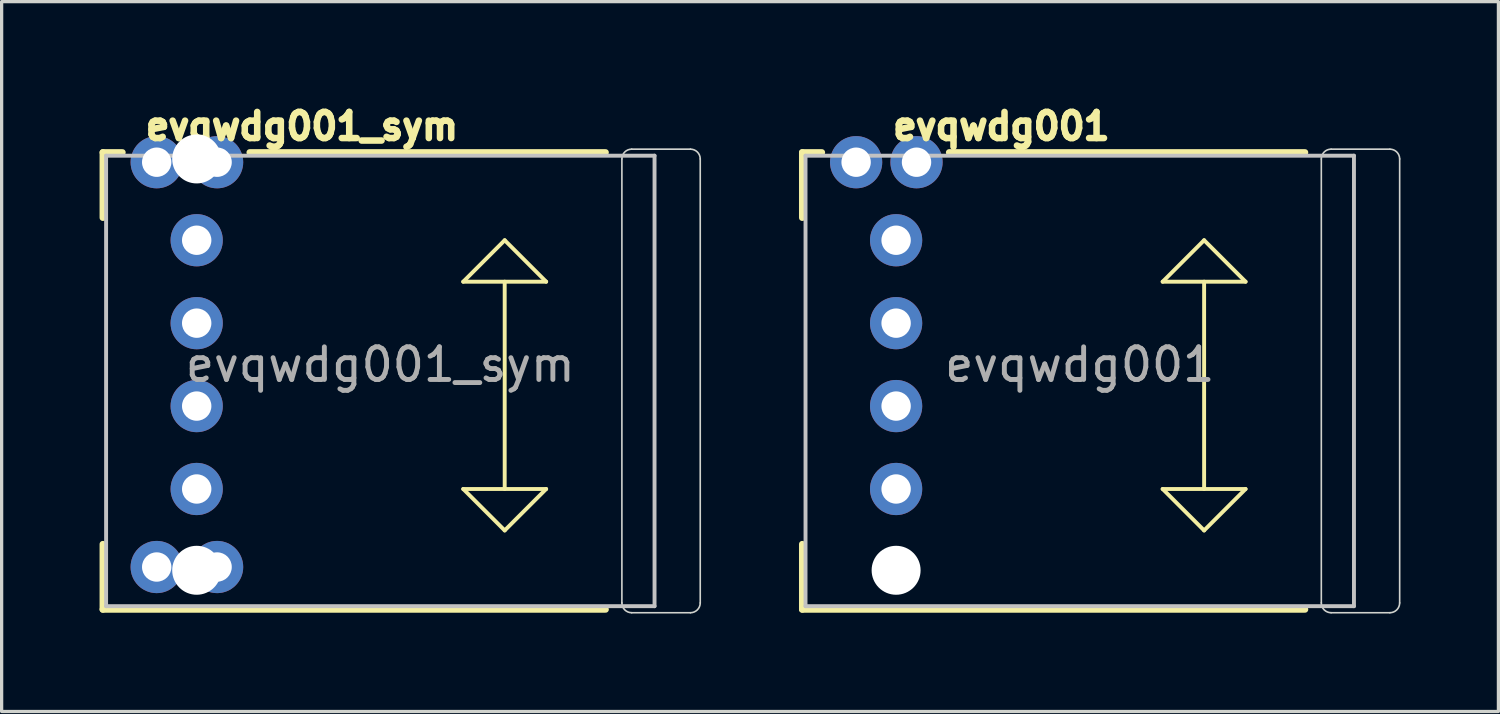
<source format=kicad_pcb>
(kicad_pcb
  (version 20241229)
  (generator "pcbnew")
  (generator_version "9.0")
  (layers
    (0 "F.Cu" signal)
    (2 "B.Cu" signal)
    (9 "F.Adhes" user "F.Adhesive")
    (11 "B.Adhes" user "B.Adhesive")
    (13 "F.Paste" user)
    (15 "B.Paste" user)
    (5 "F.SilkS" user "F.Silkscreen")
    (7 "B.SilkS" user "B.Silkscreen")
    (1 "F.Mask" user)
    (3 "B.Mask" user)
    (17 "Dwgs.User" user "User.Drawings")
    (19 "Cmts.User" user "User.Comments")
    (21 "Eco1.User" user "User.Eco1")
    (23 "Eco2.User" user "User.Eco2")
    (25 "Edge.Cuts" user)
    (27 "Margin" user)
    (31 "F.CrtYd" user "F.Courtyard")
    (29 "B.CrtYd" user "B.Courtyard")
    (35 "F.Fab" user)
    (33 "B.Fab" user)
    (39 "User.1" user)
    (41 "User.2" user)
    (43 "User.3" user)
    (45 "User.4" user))
  (footprint "evqwdg001"
    (layer "F.Cu")
    (at 30.025 8.119)
    (property "Reference" "evqwdg001" (at 0 0 0) (layer "F.Fab") (effects (font (size 1 1) (thickness 0.15))))
    (attr through_hole)
    (fp_line (start -8.5 -6.5) (end -8.5 -4.5) (stroke (width 0.2) (type solid)) (layer "F.SilkS"))
    (fp_line (start -8.5 5.5) (end -8.5 7.5) (stroke (width 0.2) (type solid)) (layer "F.SilkS"))
    (fp_line (start -8.5 7.5) (end 6.9 7.5) (stroke (width 0.2) (type solid)) (layer "F.SilkS"))
    (fp_line (start -7.9 -6.5) (end -8.5 -6.5) (stroke (width 0.2) (type solid)) (layer "F.SilkS"))
    (fp_line (start 2.54 -2.54) (end 3.81 -3.81) (stroke (width 0.12) (type solid)) (layer "F.SilkS"))
    (fp_line (start 2.54 3.81) (end 3.81 5.08) (stroke (width 0.12) (type solid)) (layer "F.SilkS"))
    (fp_line (start 3.81 -3.81) (end 5.08 -2.54) (stroke (width 0.12) (type solid)) (layer "F.SilkS"))
    (fp_line (start 3.81 -2.54) (end 3.81 3.81) (stroke (width 0.12) (type solid)) (layer "F.SilkS"))
    (fp_line (start 3.81 5.08) (end 5.08 3.81) (stroke (width 0.12) (type solid)) (layer "F.SilkS"))
    (fp_line (start 5.08 -2.54) (end 2.54 -2.54) (stroke (width 0.12) (type solid)) (layer "F.SilkS"))
    (fp_line (start 5.08 3.81) (end 2.54 3.81) (stroke (width 0.12) (type solid)) (layer "F.SilkS"))
    (fp_line (start 6.9 -6.5) (end -4 -6.5) (stroke (width 0.2) (type solid)) (layer "F.SilkS"))
    (fp_line (start -8.4 -6.4) (end 8.4 -6.4) (stroke (width 0.12) (type solid)) (layer "Dwgs.User"))
    (fp_line (start -8.4 7.4) (end -8.4 -6.4) (stroke (width 0.12) (type solid)) (layer "Dwgs.User"))
    (fp_line (start 8.4 -6.4) (end 8.4 7.4) (stroke (width 0.12) (type solid)) (layer "Dwgs.User"))
    (fp_line (start 8.4 7.4) (end -8.4 7.4) (stroke (width 0.12) (type solid)) (layer "Dwgs.User"))
    (fp_line (start 7.4 -6.3) (end 7.4 7.3) (stroke (width 0.05) (type solid)) (layer "Edge.Cuts"))
    (fp_line (start 7.7 7.6) (end 9.5 7.6) (stroke (width 0.05) (type solid)) (layer "Edge.Cuts"))
    (fp_line (start 9.5 -6.6) (end 7.7 -6.6) (stroke (width 0.05) (type solid)) (layer "Edge.Cuts"))
    (fp_line (start 9.8 7.3) (end 9.8 -6.3) (stroke (width 0.05) (type solid)) (layer "Edge.Cuts"))
    (fp_arc (start 7.4 -6.3) (mid 7.487868 -6.512132) (end 7.7 -6.6) (stroke (width 0.05) (type solid)) (layer "Edge.Cuts"))
    (fp_arc (start 7.7 7.6) (mid 7.487868 7.512132) (end 7.4 7.3) (stroke (width 0.05) (type solid)) (layer "Edge.Cuts"))
    (fp_arc (start 9.5 -6.6) (mid 9.712132 -6.512132) (end 9.8 -6.3) (stroke (width 0.05) (type solid)) (layer "Edge.Cuts"))
    (fp_arc (start 9.8 7.3) (mid 9.712132 7.512132) (end 9.5 7.6) (stroke (width 0.05) (type solid)) (layer "Edge.Cuts"))
    (fp_text user "${REFERENCE}" (at -2.4 -7.3 0) (layer "F.SilkS") (effects (font (size 0.8 0.8) (thickness 0.2))))
    (pad "" np_thru_hole circle (at -5.625 6.3) (size 1.5 1.5) (drill 1.5) (layers "*.Cu" "*.Mask"))
    (pad "A" thru_hole circle (at -5.625 -3.81) (size 1.6 1.6) (drill 0.9) (layers "*.Cu" "*.Mask"))
    (pad "B" thru_hole circle (at -5.625 -1.27) (size 1.6 1.6) (drill 0.9) (layers "*.Cu" "*.Mask"))
    (pad "C" thru_hole circle (at -5.625 1.27) (size 1.6 1.6) (drill 0.9) (layers "*.Cu" "*.Mask"))
    (pad "D" thru_hole circle (at -5.625 3.81) (size 1.6 1.6) (drill 0.9) (layers "*.Cu" "*.Mask"))
    (pad "S1" thru_hole circle (at -6.85 -6.2) (size 1.6 1.6) (drill 0.9) (layers "*.Cu" "*.Mask"))
    (pad "S2" thru_hole circle (at -5 -6.2) (size 1.6 1.6) (drill 0.9) (layers "*.Cu" "*.Mask")))
  (footprint "evqwdg001_sym"
    (layer "F.Cu")
    (at 8.6 8.119)
    (property "Reference" "evqwdg001_sym" (at 0 0 0) (layer "F.Fab") (effects (font (size 1 1) (thickness 0.15))))
    (attr through_hole)
    (fp_line (start -8.5 -6.5) (end -8.5 -4.5) (stroke (width 0.2) (type solid)) (layer "F.SilkS"))
    (fp_line (start -8.5 5.5) (end -8.5 7.5) (stroke (width 0.2) (type solid)) (layer "F.SilkS"))
    (fp_line (start -8.5 7.5) (end 6.9 7.5) (stroke (width 0.2) (type solid)) (layer "F.SilkS"))
    (fp_line (start -7.9 -6.5) (end -8.5 -6.5) (stroke (width 0.2) (type solid)) (layer "F.SilkS"))
    (fp_line (start 2.54 -2.54) (end 3.81 -3.81) (stroke (width 0.12) (type solid)) (layer "F.SilkS"))
    (fp_line (start 2.54 3.81) (end 3.81 5.08) (stroke (width 0.12) (type solid)) (layer "F.SilkS"))
    (fp_line (start 3.81 -3.81) (end 5.08 -2.54) (stroke (width 0.12) (type solid)) (layer "F.SilkS"))
    (fp_line (start 3.81 -2.54) (end 3.81 3.81) (stroke (width 0.12) (type solid)) (layer "F.SilkS"))
    (fp_line (start 3.81 5.08) (end 5.08 3.81) (stroke (width 0.12) (type solid)) (layer "F.SilkS"))
    (fp_line (start 5.08 -2.54) (end 2.54 -2.54) (stroke (width 0.12) (type solid)) (layer "F.SilkS"))
    (fp_line (start 5.08 3.81) (end 2.54 3.81) (stroke (width 0.12) (type solid)) (layer "F.SilkS"))
    (fp_line (start 6.9 -6.5) (end -4 -6.5) (stroke (width 0.2) (type solid)) (layer "F.SilkS"))
    (fp_line (start -8.4 -6.4) (end 8.4 -6.4) (stroke (width 0.12) (type solid)) (layer "Dwgs.User"))
    (fp_line (start -8.4 7.4) (end -8.4 -6.4) (stroke (width 0.12) (type solid)) (layer "Dwgs.User"))
    (fp_line (start 8.4 -6.4) (end 8.4 7.4) (stroke (width 0.12) (type solid)) (layer "Dwgs.User"))
    (fp_line (start 8.4 7.4) (end -8.4 7.4) (stroke (width 0.12) (type solid)) (layer "Dwgs.User"))
    (fp_line (start 7.4 -6.3) (end 7.4 7.3) (stroke (width 0.05) (type solid)) (layer "Edge.Cuts"))
    (fp_line (start 7.7 7.6) (end 9.5 7.6) (stroke (width 0.05) (type solid)) (layer "Edge.Cuts"))
    (fp_line (start 9.5 -6.6) (end 7.7 -6.6) (stroke (width 0.05) (type solid)) (layer "Edge.Cuts"))
    (fp_line (start 9.8 7.3) (end 9.8 -6.3) (stroke (width 0.05) (type solid)) (layer "Edge.Cuts"))
    (fp_arc (start 7.4 -6.3) (mid 7.487868 -6.512132) (end 7.7 -6.6) (stroke (width 0.05) (type solid)) (layer "Edge.Cuts"))
    (fp_arc (start 7.7 7.6) (mid 7.487868 7.512132) (end 7.4 7.3) (stroke (width 0.05) (type solid)) (layer "Edge.Cuts"))
    (fp_arc (start 9.5 -6.6) (mid 9.712132 -6.512132) (end 9.8 -6.3) (stroke (width 0.05) (type solid)) (layer "Edge.Cuts"))
    (fp_arc (start 9.8 7.3) (mid 9.712132 7.512132) (end 9.5 7.6) (stroke (width 0.05) (type solid)) (layer "Edge.Cuts"))
    (fp_text user "${REFERENCE}" (at -2.4 -7.3 0) (layer "F.SilkS") (effects (font (size 0.8 0.8) (thickness 0.2))))
    (pad "" np_thru_hole circle (at -5.625 -6.3 180) (size 1.5 1.5) (drill 1.5) (layers "*.Cu" "*.Mask"))
    (pad "" np_thru_hole circle (at -5.625 6.3) (size 1.5 1.5) (drill 1.5) (layers "*.Cu" "*.Mask"))
    (pad "A" thru_hole circle (at -5.625 -3.81) (size 1.6 1.6) (drill 0.9) (layers "*.Cu" "*.Mask"))
    (pad "B" thru_hole circle (at -5.625 -1.27) (size 1.6 1.6) (drill 0.9) (layers "*.Cu" "*.Mask"))
    (pad "C" thru_hole circle (at -5.625 1.27 180) (size 1.6 1.6) (drill 0.9) (layers "*.Cu" "*.Mask"))
    (pad "D" thru_hole circle (at -5.625 3.81 180) (size 1.6 1.6) (drill 0.9) (layers "*.Cu" "*.Mask"))
    (pad "S1" thru_hole circle (at -6.85 -6.2) (size 1.6 1.6) (drill 0.9) (layers "*.Cu" "*.Mask"))
    (pad "S1" thru_hole circle (at -6.85 6.2 180) (size 1.6 1.6) (drill 0.9) (layers "*.Cu" "*.Mask"))
    (pad "S2" thru_hole circle (at -5 -6.2) (size 1.6 1.6) (drill 0.9) (layers "*.Cu" "*.Mask"))
    (pad "S2" thru_hole circle (at -5 6.2 180) (size 1.6 1.6) (drill 0.9) (layers "*.Cu" "*.Mask")))
  (gr_rect
    (start -3 -3)
    (end 42.85 18.744)
    (stroke (width 0.1) (type default))
    (fill no)
    (layer "Edge.Cuts")))
</source>
